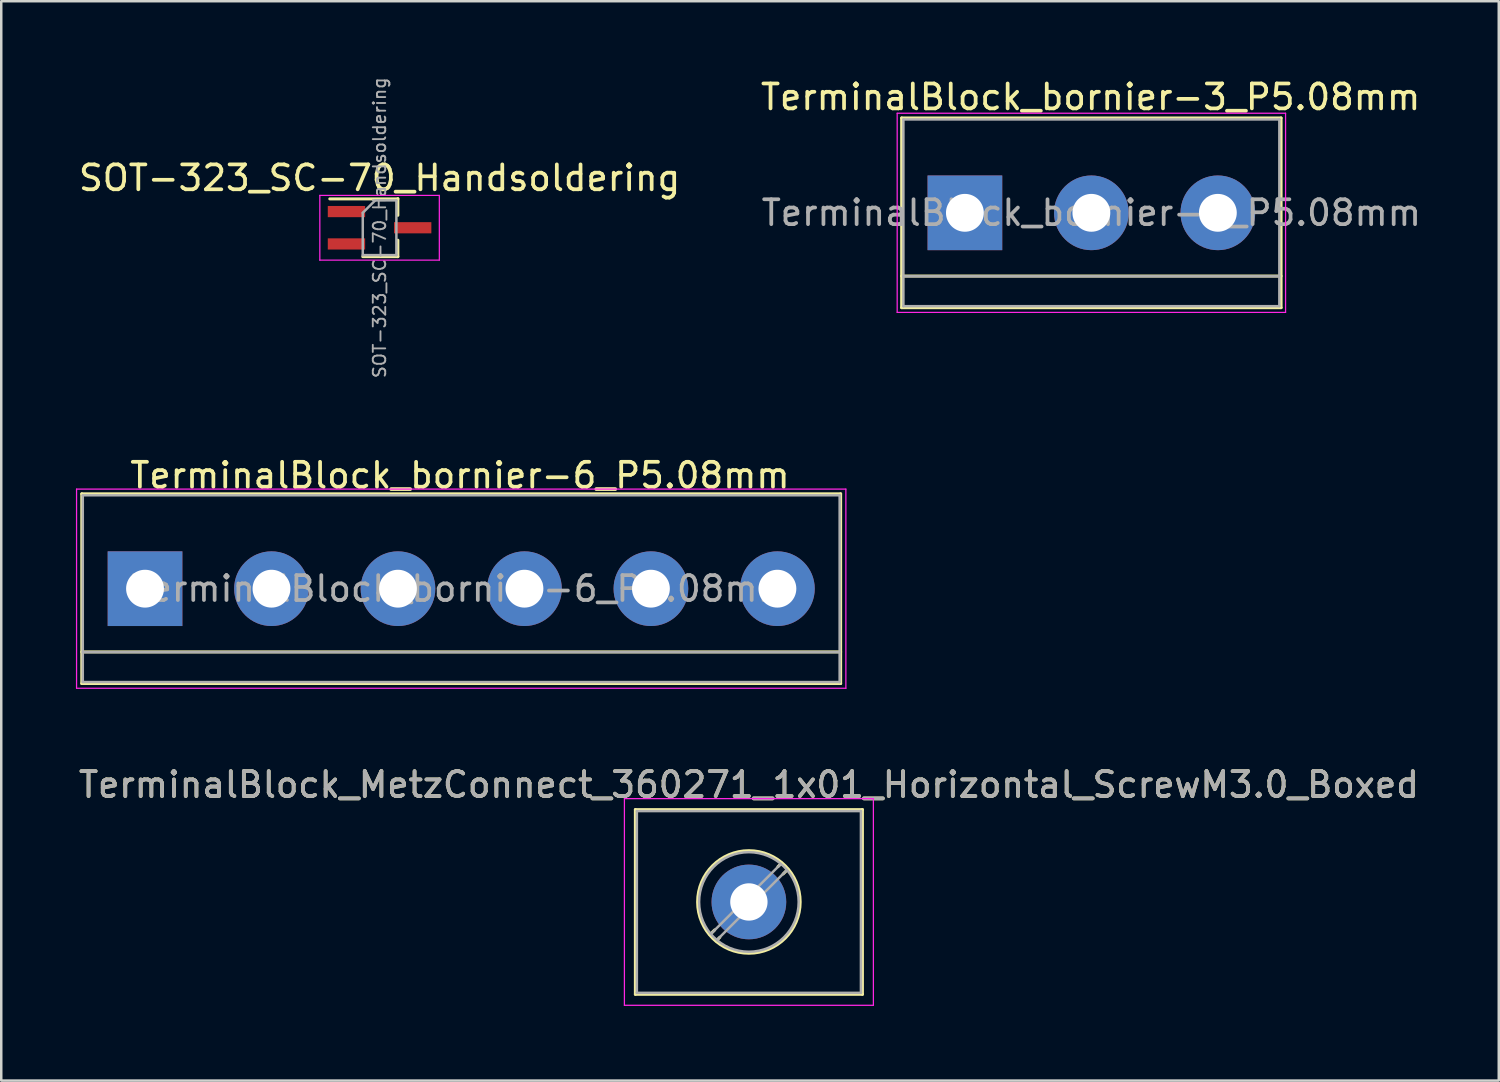
<source format=kicad_pcb>
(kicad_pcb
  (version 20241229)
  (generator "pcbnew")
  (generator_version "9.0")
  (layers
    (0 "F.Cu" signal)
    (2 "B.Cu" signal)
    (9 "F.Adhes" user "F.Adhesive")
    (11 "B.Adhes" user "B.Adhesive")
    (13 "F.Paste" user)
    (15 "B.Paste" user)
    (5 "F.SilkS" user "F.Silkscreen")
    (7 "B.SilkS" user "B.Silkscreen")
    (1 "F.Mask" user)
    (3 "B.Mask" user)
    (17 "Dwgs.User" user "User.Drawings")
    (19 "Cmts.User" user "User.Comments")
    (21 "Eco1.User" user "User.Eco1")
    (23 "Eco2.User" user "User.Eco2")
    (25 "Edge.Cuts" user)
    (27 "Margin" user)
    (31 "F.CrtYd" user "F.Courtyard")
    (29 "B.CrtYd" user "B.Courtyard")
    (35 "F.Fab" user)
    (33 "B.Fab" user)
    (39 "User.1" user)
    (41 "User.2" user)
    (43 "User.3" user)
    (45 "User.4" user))
  (footprint "TerminalBlock_bornier-6_P5.08mm"
    (layer "F.Cu")
    (at 2.775 20.595)
    (property "Reference" "TerminalBlock_bornier-6_P5.08mm" (at 12.65 -4.55 0) (layer "F.SilkS") (effects (font (size 1 1) (thickness 0.15))))
    (attr through_hole)
    (fp_line (start -2.54 -3.81) (end -2.54 3.81) (stroke (width 0.12) (type solid)) (layer "F.SilkS"))
    (fp_line (start -2.54 -3.81) (end 27.94 -3.81) (stroke (width 0.12) (type solid)) (layer "F.SilkS"))
    (fp_line (start -2.54 2.54) (end 27.94 2.54) (stroke (width 0.12) (type solid)) (layer "F.SilkS"))
    (fp_line (start -2.54 3.81) (end 27.94 3.81) (stroke (width 0.12) (type solid)) (layer "F.SilkS"))
    (fp_line (start 27.94 3.81) (end 27.94 -3.81) (stroke (width 0.12) (type solid)) (layer "F.SilkS"))
    (fp_line (start -2.75 -4) (end -2.75 4) (stroke (width 0.05) (type solid)) (layer "F.CrtYd"))
    (fp_line (start -2.75 -4) (end 28.15 -4) (stroke (width 0.05) (type solid)) (layer "F.CrtYd"))
    (fp_line (start 28.15 4) (end -2.75 4) (stroke (width 0.05) (type solid)) (layer "F.CrtYd"))
    (fp_line (start 28.15 4) (end 28.15 -4) (stroke (width 0.05) (type solid)) (layer "F.CrtYd"))
    (fp_line (start -2.5 -3.75) (end -2.5 3.75) (stroke (width 0.1) (type solid)) (layer "F.Fab"))
    (fp_line (start -2.5 2.55) (end 27.9 2.55) (stroke (width 0.1) (type solid)) (layer "F.Fab"))
    (fp_line (start -2.5 3.75) (end 27.9 3.75) (stroke (width 0.1) (type solid)) (layer "F.Fab"))
    (fp_line (start 27.9 -3.75) (end -2.5 -3.75) (stroke (width 0.1) (type solid)) (layer "F.Fab"))
    (fp_line (start 27.9 3.75) (end 27.9 -3.75) (stroke (width 0.1) (type solid)) (layer "F.Fab"))
    (fp_text user "${REFERENCE}" (at 12.7 0 0) (layer "F.Fab") (effects (font (size 1 1) (thickness 0.15))))
    (pad "1" thru_hole rect (at 0 0) (size 3 3) (drill 1.52) (layers "*.Cu" "*.Mask"))
    (pad "2" thru_hole circle (at 5.08 0) (size 3 3) (drill 1.52) (layers "*.Cu" "*.Mask"))
    (pad "3" thru_hole circle (at 10.16 0) (size 3 3) (drill 1.52) (layers "*.Cu" "*.Mask"))
    (pad "4" thru_hole circle (at 15.24 0) (size 3 3) (drill 1.52) (layers "*.Cu" "*.Mask"))
    (pad "5" thru_hole circle (at 20.32 0) (size 3 3) (drill 1.52) (layers "*.Cu" "*.Mask"))
    (pad "6" thru_hole circle (at 25.4 0) (size 3 3) (drill 1.52) (layers "*.Cu" "*.Mask")))
  (footprint "TerminalBlock_bornier-3_P5.08mm"
    (layer "F.Cu")
    (at 35.706 5.498)
    (property "Reference" "TerminalBlock_bornier-3_P5.08mm" (at 5.05 -4.65 0) (layer "F.SilkS") (effects (font (size 1 1) (thickness 0.15))))
    (attr through_hole)
    (fp_line (start -2.54 -3.81) (end 12.7 -3.81) (stroke (width 0.12) (type solid)) (layer "F.SilkS"))
    (fp_line (start -2.54 2.54) (end 12.7 2.54) (stroke (width 0.12) (type solid)) (layer "F.SilkS"))
    (fp_line (start -2.54 3.81) (end -2.54 -3.81) (stroke (width 0.12) (type solid)) (layer "F.SilkS"))
    (fp_line (start -2.54 3.81) (end 12.7 3.81) (stroke (width 0.12) (type solid)) (layer "F.SilkS"))
    (fp_line (start 12.7 3.81) (end 12.7 -3.81) (stroke (width 0.12) (type solid)) (layer "F.SilkS"))
    (fp_line (start -2.72 -4) (end -2.72 4) (stroke (width 0.05) (type solid)) (layer "F.CrtYd"))
    (fp_line (start -2.72 -4) (end 12.88 -4) (stroke (width 0.05) (type solid)) (layer "F.CrtYd"))
    (fp_line (start 12.88 4) (end -2.72 4) (stroke (width 0.05) (type solid)) (layer "F.CrtYd"))
    (fp_line (start 12.88 4) (end 12.88 -4) (stroke (width 0.05) (type solid)) (layer "F.CrtYd"))
    (fp_line (start -2.47 -3.75) (end 12.63 -3.75) (stroke (width 0.1) (type solid)) (layer "F.Fab"))
    (fp_line (start -2.47 2.55) (end 12.63 2.55) (stroke (width 0.1) (type solid)) (layer "F.Fab"))
    (fp_line (start -2.47 3.75) (end -2.47 -3.75) (stroke (width 0.1) (type solid)) (layer "F.Fab"))
    (fp_line (start 12.63 -3.75) (end 12.63 3.75) (stroke (width 0.1) (type solid)) (layer "F.Fab"))
    (fp_line (start 12.63 3.75) (end -2.47 3.75) (stroke (width 0.1) (type solid)) (layer "F.Fab"))
    (fp_text user "${REFERENCE}" (at 5.08 0 0) (layer "F.Fab") (effects (font (size 1 1) (thickness 0.15))))
    (pad "1" thru_hole rect (at 0 0) (size 3 3) (drill 1.52) (layers "*.Cu" "*.Mask"))
    (pad "2" thru_hole circle (at 5.08 0) (size 3 3) (drill 1.52) (layers "*.Cu" "*.Mask"))
    (pad "3" thru_hole circle (at 10.16 0) (size 3 3) (drill 1.52) (layers "*.Cu" "*.Mask")))
  (footprint "TerminalBlock_MetzConnect_360271_1x01_Horizontal_ScrewM3.0_Boxed"
    (layer "F.Cu")
    (at 27.03 33.178)
    (property "Reference" "TerminalBlock_MetzConnect_360271_1x01_Horizontal_ScrewM3.0_Boxed" (at 0 -4.71 0) (layer "F.SilkS") (effects (font (size 1 1) (thickness 0.15))))
    (attr through_hole)
    (fp_line (start -4.56 -3.71) (end -4.56 3.71) (stroke (width 0.12) (type solid)) (layer "F.SilkS"))
    (fp_line (start -4.56 -3.71) (end 4.56 -3.71) (stroke (width 0.12) (type solid)) (layer "F.SilkS"))
    (fp_line (start -4.56 3.71) (end 4.56 3.71) (stroke (width 0.12) (type solid)) (layer "F.SilkS"))
    (fp_line (start -1.376 1.124) (end -1.563 1.311) (stroke (width 0.12) (type solid)) (layer "F.SilkS"))
    (fp_line (start -1.168 1.419) (end -1.312 1.563) (stroke (width 0.12) (type solid)) (layer "F.SilkS"))
    (fp_line (start 1.312 -1.563) (end 1.168 -1.419) (stroke (width 0.12) (type solid)) (layer "F.SilkS"))
    (fp_line (start 1.563 -1.311) (end 1.376 -1.125) (stroke (width 0.12) (type solid)) (layer "F.SilkS"))
    (fp_line (start 4.56 -3.71) (end 4.56 3.71) (stroke (width 0.12) (type solid)) (layer "F.SilkS"))
    (fp_circle (center 0 0) (end 2.06 0) (stroke (width 0.12) (type solid)) (fill no) (layer "F.SilkS"))
    (fp_line (start -5 -4.15) (end -5 4.15) (stroke (width 0.05) (type solid)) (layer "F.CrtYd"))
    (fp_line (start -5 4.15) (end 5 4.15) (stroke (width 0.05) (type solid)) (layer "F.CrtYd"))
    (fp_line (start 5 -4.15) (end -5 -4.15) (stroke (width 0.05) (type solid)) (layer "F.CrtYd"))
    (fp_line (start 5 4.15) (end 5 -4.15) (stroke (width 0.05) (type solid)) (layer "F.CrtYd"))
    (fp_line (start -4.5 -3.65) (end -4.5 3.65) (stroke (width 0.1) (type solid)) (layer "F.Fab"))
    (fp_line (start -4.5 -3.65) (end 4.5 -3.65) (stroke (width 0.1) (type solid)) (layer "F.Fab"))
    (fp_line (start -4.5 3.65) (end 4.5 3.65) (stroke (width 0.1) (type solid)) (layer "F.Fab"))
    (fp_line (start 1.273 -1.517) (end -1.517 1.273) (stroke (width 0.1) (type solid)) (layer "F.Fab"))
    (fp_line (start 1.517 -1.273) (end -1.273 1.517) (stroke (width 0.1) (type solid)) (layer "F.Fab"))
    (fp_line (start 4.5 -3.65) (end 4.5 3.65) (stroke (width 0.1) (type solid)) (layer "F.Fab"))
    (fp_circle (center 0 0) (end 2 0) (stroke (width 0.1) (type solid)) (fill no) (layer "F.Fab"))
    (fp_text user "${REFERENCE}" (at 0 -4.71 0) (layer "F.Fab") (effects (font (size 1 1) (thickness 0.15))))
    (pad "1" thru_hole circle (at 0 0) (size 3 3) (drill 1.5) (layers "*.Cu" "*.Mask")))
  (footprint "SOT-323_SC-70_Handsoldering"
    (layer "F.Cu")
    (at 12.196 6.098)
    (property "Reference" "SOT-323_SC-70_Handsoldering" (at 0 -2 0) (layer "F.SilkS") (effects (font (size 1 1) (thickness 0.15))))
    (attr smd)
    (fp_line (start -0.675 1.16) (end 0.735 1.16) (stroke (width 0.12) (type solid)) (layer "F.SilkS"))
    (fp_line (start 0.735 -1.17) (end 0.735 -0.5) (stroke (width 0.12) (type solid)) (layer "F.SilkS"))
    (fp_line (start 0.735 -1.16) (end -2 -1.16) (stroke (width 0.12) (type solid)) (layer "F.SilkS"))
    (fp_line (start 0.735 0.5) (end 0.735 1.16) (stroke (width 0.12) (type solid)) (layer "F.SilkS"))
    (fp_line (start -2.4 -1.3) (end 2.4 -1.3) (stroke (width 0.05) (type solid)) (layer "F.CrtYd"))
    (fp_line (start -2.4 1.3) (end -2.4 -1.3) (stroke (width 0.05) (type solid)) (layer "F.CrtYd"))
    (fp_line (start 2.4 -1.3) (end 2.4 1.3) (stroke (width 0.05) (type solid)) (layer "F.CrtYd"))
    (fp_line (start 2.4 1.3) (end -2.4 1.3) (stroke (width 0.05) (type solid)) (layer "F.CrtYd"))
    (fp_line (start -0.675 -0.6) (end -0.675 1.1) (stroke (width 0.1) (type solid)) (layer "F.Fab"))
    (fp_line (start -0.175 -1.1) (end -0.675 -0.6) (stroke (width 0.1) (type solid)) (layer "F.Fab"))
    (fp_line (start 0.675 -1.1) (end -0.175 -1.1) (stroke (width 0.1) (type solid)) (layer "F.Fab"))
    (fp_line (start 0.675 -1.1) (end 0.675 1.1) (stroke (width 0.1) (type solid)) (layer "F.Fab"))
    (fp_line (start 0.675 1.1) (end -0.675 1.1) (stroke (width 0.1) (type solid)) (layer "F.Fab"))
    (fp_text user "${REFERENCE}" (at 0 0 90) (layer "F.Fab") (effects (font (size 0.5 0.5) (thickness 0.075))))
    (pad "1" smd rect (at -1.33 -0.65 270) (size 0.45 1.5) (layers "F.Cu" "F.Mask" "F.Paste"))
    (pad "2" smd rect (at -1.33 0.65 270) (size 0.45 1.5) (layers "F.Cu" "F.Mask" "F.Paste"))
    (pad "3" smd rect (at 1.33 0 270) (size 0.45 1.5) (layers "F.Cu" "F.Mask" "F.Paste")))
  (gr_rect
    (start -3 -3)
    (end 57.149 40.353)
    (stroke (width 0.1) (type default))
    (fill no)
    (layer "Edge.Cuts")))
</source>
